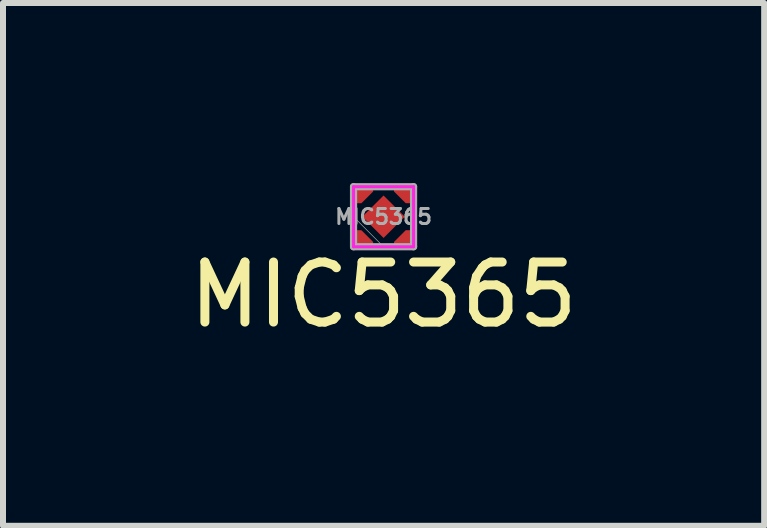
<source format=kicad_pcb>
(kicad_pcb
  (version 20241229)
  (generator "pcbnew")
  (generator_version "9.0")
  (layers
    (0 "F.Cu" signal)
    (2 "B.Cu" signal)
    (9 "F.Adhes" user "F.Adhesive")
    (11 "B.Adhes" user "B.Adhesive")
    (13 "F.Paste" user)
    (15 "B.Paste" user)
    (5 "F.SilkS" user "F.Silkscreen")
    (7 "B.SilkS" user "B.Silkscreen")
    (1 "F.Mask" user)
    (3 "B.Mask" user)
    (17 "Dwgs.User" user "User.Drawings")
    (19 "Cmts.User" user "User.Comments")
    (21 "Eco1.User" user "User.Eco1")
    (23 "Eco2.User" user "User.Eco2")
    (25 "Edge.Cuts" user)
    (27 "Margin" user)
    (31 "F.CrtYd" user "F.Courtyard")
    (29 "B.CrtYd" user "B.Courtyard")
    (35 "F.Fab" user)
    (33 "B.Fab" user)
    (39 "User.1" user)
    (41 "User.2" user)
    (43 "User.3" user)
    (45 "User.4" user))
  (footprint "MIC5365"
    (layer "F.Cu")
    (at 3.339 0.56)
    (property "Reference" "MIC5365" (at 0 1.3 0) (layer "F.SilkS") (effects (font (size 1 1) (thickness 0.15))))
    (attr through_hole)
    (fp_line (start -0.5 -0.5) (end 0.5 -0.5) (stroke (width 0.06) (type solid)) (layer "F.SilkS"))
    (fp_line (start -0.5 0.1) (end -0.5 -0.5) (stroke (width 0.06) (type solid)) (layer "F.SilkS"))
    (fp_line (start 0.5 -0.5) (end 0.5 0.5) (stroke (width 0.06) (type solid)) (layer "F.SilkS"))
    (fp_line (start 0.5 0.5) (end -0.1 0.5) (stroke (width 0.06) (type solid)) (layer "F.SilkS"))
    (fp_line (start -0.5 -0.5) (end -0.5 0.5) (stroke (width 0.05) (type solid)) (layer "F.CrtYd"))
    (fp_line (start -0.5 0.5) (end 0.5 0.5) (stroke (width 0.05) (type solid)) (layer "F.CrtYd"))
    (fp_line (start 0.5 -0.5) (end -0.5 -0.5) (stroke (width 0.05) (type solid)) (layer "F.CrtYd"))
    (fp_line (start 0.5 0.5) (end 0.5 -0.5) (stroke (width 0.05) (type solid)) (layer "F.CrtYd"))
    (fp_line (start -0.5 -0.5) (end -0.5 0.5) (stroke (width 0.12) (type solid)) (layer "F.Fab"))
    (fp_line (start -0.5 0.5) (end 0.5 0.5) (stroke (width 0.12) (type solid)) (layer "F.Fab"))
    (fp_line (start 0.5 -0.5) (end -0.5 -0.5) (stroke (width 0.12) (type solid)) (layer "F.Fab"))
    (fp_line (start 0.5 0.5) (end 0.5 -0.5) (stroke (width 0.12) (type solid)) (layer "F.Fab"))
    (fp_poly (pts (xy 0 0.5) (xy -0.5 0.5) (xy -0.5 0)) (stroke (width 0.01) (type solid)) (fill no) (layer "F.Fab"))
    (fp_text user "${REFERENCE}" (at 0 0 0) (layer "F.Fab") (effects (font (size 0.25 0.25) (thickness 0.05))))
    (pad "1" smd custom (at -0.312 0.375) (size 0.08 0.08) (layers "F.Cu" "F.Mask" "F.Paste") (options (anchor rect)) (primitives (gr_poly (pts (xy -0.138 0.15) (xy 0.138 0.15) (xy 0.138 0.045) (xy -0.057 -0.15) (xy -0.138 -0.15)) (width 0) (fill yes))))
    (pad "2" smd custom (at 0.312 0.375) (size 0.08 0.08) (layers "F.Cu" "F.Mask" "F.Paste") (options (anchor rect)) (primitives (gr_poly (pts (xy 0.138 0.15) (xy -0.138 0.15) (xy -0.138 0.045) (xy 0.057 -0.15) (xy 0.138 -0.15)) (width 0) (fill yes))))
    (pad "3" smd custom (at 0.312 -0.375 180) (size 0.08 0.08) (layers "F.Cu" "F.Mask" "F.Paste") (options (anchor rect)) (primitives (gr_poly (pts (xy -0.138 0.15) (xy 0.138 0.15) (xy 0.138 0.045) (xy -0.057 -0.15) (xy -0.138 -0.15)) (width 0) (fill yes))))
    (pad "4" smd custom (at -0.312 -0.375 180) (size 0.08 0.08) (layers "F.Cu" "F.Mask" "F.Paste") (options (anchor rect)) (primitives (gr_poly (pts (xy 0.138 0.15) (xy -0.138 0.15) (xy -0.138 0.045) (xy 0.057 -0.15) (xy 0.138 -0.15)) (width 0) (fill yes))))
    (pad "5" smd rect (at 0 0 45) (size 0.5 0.5) (layers "F.Cu" "F.Mask" "F.Paste")))
  (gr_rect
    (start -3 -3)
    (end 9.679 5.708)
    (stroke (width 0.1) (type default))
    (fill no)
    (layer "Edge.Cuts")))
</source>
